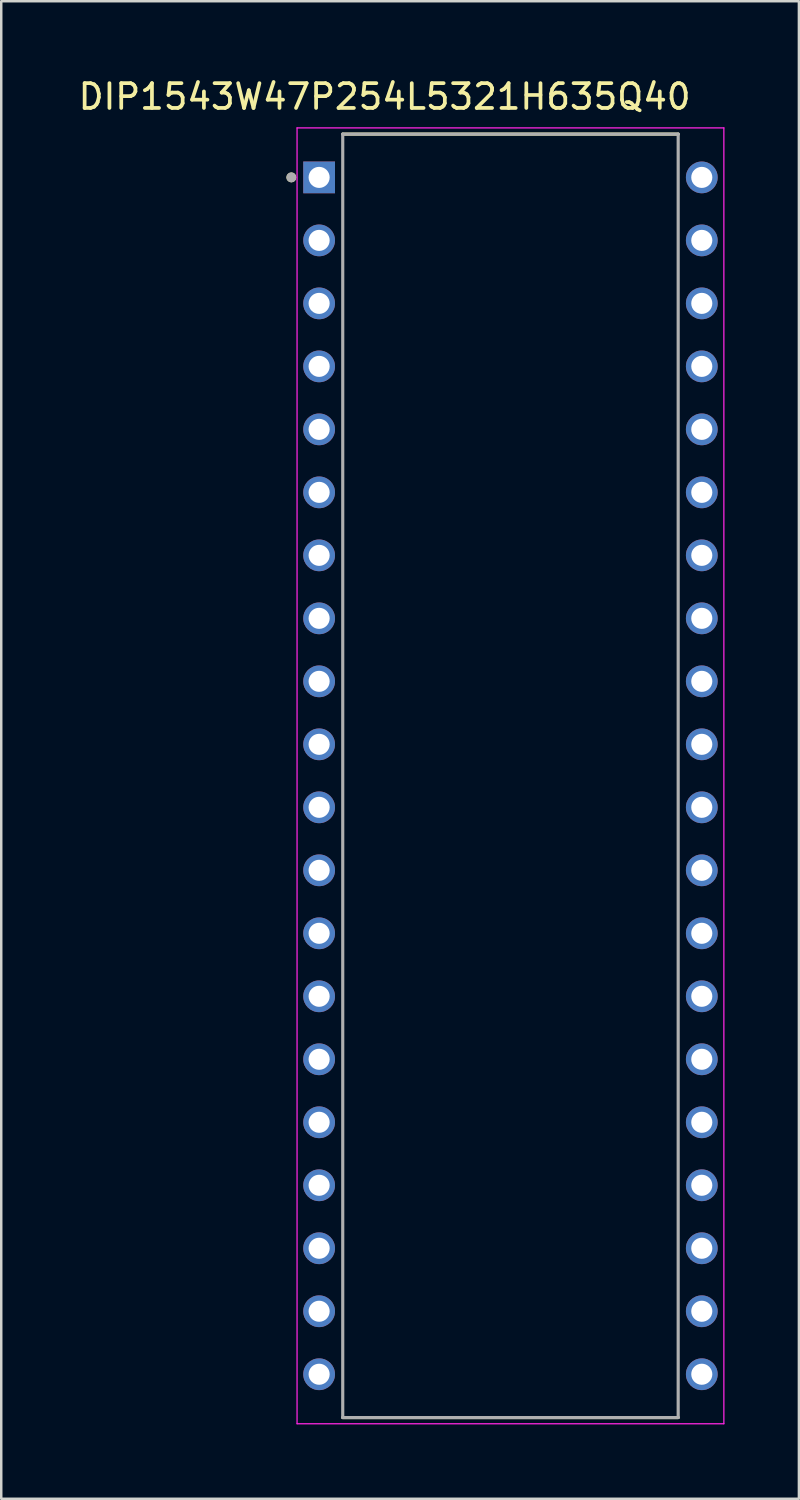
<source format=kicad_pcb>
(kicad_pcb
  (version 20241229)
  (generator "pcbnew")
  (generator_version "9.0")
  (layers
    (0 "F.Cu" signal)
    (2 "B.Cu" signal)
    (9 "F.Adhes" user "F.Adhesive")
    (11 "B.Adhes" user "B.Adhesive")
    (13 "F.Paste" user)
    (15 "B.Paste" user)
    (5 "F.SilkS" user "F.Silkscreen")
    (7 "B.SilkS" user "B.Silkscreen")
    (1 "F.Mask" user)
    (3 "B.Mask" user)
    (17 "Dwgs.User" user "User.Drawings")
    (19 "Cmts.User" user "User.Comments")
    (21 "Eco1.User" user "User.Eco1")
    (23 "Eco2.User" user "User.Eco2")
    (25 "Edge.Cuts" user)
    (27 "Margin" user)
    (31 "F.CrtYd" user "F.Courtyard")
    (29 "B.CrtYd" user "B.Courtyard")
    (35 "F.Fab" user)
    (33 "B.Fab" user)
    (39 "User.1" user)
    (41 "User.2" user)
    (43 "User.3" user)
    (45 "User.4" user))
  (footprint "DIP1543W47P254L5321H635Q40"
    (layer "F.Cu")
    (at 17.533 28.233)
    (property "Reference" "DIP1543W47P254L5321H635Q40" (at -5.075 -27.385 0) (layer "F.SilkS") (effects (font (size 1 1) (thickness 0.15))))
    (attr through_hole)
    (fp_line (start -6.763 -25.876) (end 6.763 -25.876) (stroke (width 0.127) (type solid)) (layer "F.SilkS"))
    (fp_line (start -6.763 25.876) (end 6.763 25.876) (stroke (width 0.127) (type solid)) (layer "F.SilkS"))
    (fp_circle (center -8.835 -24.13) (end -8.735 -24.13) (stroke (width 0.2) (type solid)) (fill no) (layer "F.SilkS"))
    (fp_line (start -8.605 -26.126) (end -8.605 26.126) (stroke (width 0.05) (type solid)) (layer "F.CrtYd"))
    (fp_line (start 8.605 -26.126) (end -8.605 -26.126) (stroke (width 0.05) (type solid)) (layer "F.CrtYd"))
    (fp_line (start 8.605 -26.126) (end 8.605 26.126) (stroke (width 0.05) (type solid)) (layer "F.CrtYd"))
    (fp_line (start 8.605 26.126) (end -8.605 26.126) (stroke (width 0.05) (type solid)) (layer "F.CrtYd"))
    (fp_line (start -6.763 -25.876) (end -6.763 25.876) (stroke (width 0.127) (type solid)) (layer "F.Fab"))
    (fp_line (start -6.763 -25.876) (end 6.763 -25.876) (stroke (width 0.127) (type solid)) (layer "F.Fab"))
    (fp_line (start -6.763 25.876) (end 6.763 25.876) (stroke (width 0.127) (type solid)) (layer "F.Fab"))
    (fp_line (start 6.763 -25.876) (end 6.763 25.876) (stroke (width 0.127) (type solid)) (layer "F.Fab"))
    (fp_circle (center -8.835 -24.13) (end -8.735 -24.13) (stroke (width 0.2) (type solid)) (fill no) (layer "F.Fab"))
    (pad "1" thru_hole rect (at -7.715 -24.13) (size 1.28 1.28) (drill 0.85) (layers "*.Cu" "*.Mask"))
    (pad "2" thru_hole circle (at -7.715 -21.59) (size 1.28 1.28) (drill 0.85) (layers "*.Cu" "*.Mask"))
    (pad "3" thru_hole circle (at -7.715 -19.05) (size 1.28 1.28) (drill 0.85) (layers "*.Cu" "*.Mask"))
    (pad "4" thru_hole circle (at -7.715 -16.51) (size 1.28 1.28) (drill 0.85) (layers "*.Cu" "*.Mask"))
    (pad "5" thru_hole circle (at -7.715 -13.97) (size 1.28 1.28) (drill 0.85) (layers "*.Cu" "*.Mask"))
    (pad "6" thru_hole circle (at -7.715 -11.43) (size 1.28 1.28) (drill 0.85) (layers "*.Cu" "*.Mask"))
    (pad "7" thru_hole circle (at -7.715 -8.89) (size 1.28 1.28) (drill 0.85) (layers "*.Cu" "*.Mask"))
    (pad "8" thru_hole circle (at -7.715 -6.35) (size 1.28 1.28) (drill 0.85) (layers "*.Cu" "*.Mask"))
    (pad "9" thru_hole circle (at -7.715 -3.81) (size 1.28 1.28) (drill 0.85) (layers "*.Cu" "*.Mask"))
    (pad "10" thru_hole circle (at -7.715 -1.27) (size 1.28 1.28) (drill 0.85) (layers "*.Cu" "*.Mask"))
    (pad "11" thru_hole circle (at -7.715 1.27) (size 1.28 1.28) (drill 0.85) (layers "*.Cu" "*.Mask"))
    (pad "12" thru_hole circle (at -7.715 3.81) (size 1.28 1.28) (drill 0.85) (layers "*.Cu" "*.Mask"))
    (pad "13" thru_hole circle (at -7.715 6.35) (size 1.28 1.28) (drill 0.85) (layers "*.Cu" "*.Mask"))
    (pad "14" thru_hole circle (at -7.715 8.89) (size 1.28 1.28) (drill 0.85) (layers "*.Cu" "*.Mask"))
    (pad "15" thru_hole circle (at -7.715 11.43) (size 1.28 1.28) (drill 0.85) (layers "*.Cu" "*.Mask"))
    (pad "16" thru_hole circle (at -7.715 13.97) (size 1.28 1.28) (drill 0.85) (layers "*.Cu" "*.Mask"))
    (pad "17" thru_hole circle (at -7.715 16.51) (size 1.28 1.28) (drill 0.85) (layers "*.Cu" "*.Mask"))
    (pad "18" thru_hole circle (at -7.715 19.05) (size 1.28 1.28) (drill 0.85) (layers "*.Cu" "*.Mask"))
    (pad "19" thru_hole circle (at -7.715 21.59) (size 1.28 1.28) (drill 0.85) (layers "*.Cu" "*.Mask"))
    (pad "20" thru_hole circle (at -7.715 24.13) (size 1.28 1.28) (drill 0.85) (layers "*.Cu" "*.Mask"))
    (pad "21" thru_hole circle (at 7.715 24.13) (size 1.28 1.28) (drill 0.85) (layers "*.Cu" "*.Mask"))
    (pad "22" thru_hole circle (at 7.715 21.59) (size 1.28 1.28) (drill 0.85) (layers "*.Cu" "*.Mask"))
    (pad "23" thru_hole circle (at 7.715 19.05) (size 1.28 1.28) (drill 0.85) (layers "*.Cu" "*.Mask"))
    (pad "24" thru_hole circle (at 7.715 16.51) (size 1.28 1.28) (drill 0.85) (layers "*.Cu" "*.Mask"))
    (pad "25" thru_hole circle (at 7.715 13.97) (size 1.28 1.28) (drill 0.85) (layers "*.Cu" "*.Mask"))
    (pad "26" thru_hole circle (at 7.715 11.43) (size 1.28 1.28) (drill 0.85) (layers "*.Cu" "*.Mask"))
    (pad "27" thru_hole circle (at 7.715 8.89) (size 1.28 1.28) (drill 0.85) (layers "*.Cu" "*.Mask"))
    (pad "28" thru_hole circle (at 7.715 6.35) (size 1.28 1.28) (drill 0.85) (layers "*.Cu" "*.Mask"))
    (pad "29" thru_hole circle (at 7.715 3.81) (size 1.28 1.28) (drill 0.85) (layers "*.Cu" "*.Mask"))
    (pad "30" thru_hole circle (at 7.715 1.27) (size 1.28 1.28) (drill 0.85) (layers "*.Cu" "*.Mask"))
    (pad "31" thru_hole circle (at 7.715 -1.27) (size 1.28 1.28) (drill 0.85) (layers "*.Cu" "*.Mask"))
    (pad "32" thru_hole circle (at 7.715 -3.81) (size 1.28 1.28) (drill 0.85) (layers "*.Cu" "*.Mask"))
    (pad "33" thru_hole circle (at 7.715 -6.35) (size 1.28 1.28) (drill 0.85) (layers "*.Cu" "*.Mask"))
    (pad "34" thru_hole circle (at 7.715 -8.89) (size 1.28 1.28) (drill 0.85) (layers "*.Cu" "*.Mask"))
    (pad "35" thru_hole circle (at 7.715 -11.43) (size 1.28 1.28) (drill 0.85) (layers "*.Cu" "*.Mask"))
    (pad "36" thru_hole circle (at 7.715 -13.97) (size 1.28 1.28) (drill 0.85) (layers "*.Cu" "*.Mask"))
    (pad "37" thru_hole circle (at 7.715 -16.51) (size 1.28 1.28) (drill 0.85) (layers "*.Cu" "*.Mask"))
    (pad "38" thru_hole circle (at 7.715 -19.05) (size 1.28 1.28) (drill 0.85) (layers "*.Cu" "*.Mask"))
    (pad "39" thru_hole circle (at 7.715 -21.59) (size 1.28 1.28) (drill 0.85) (layers "*.Cu" "*.Mask"))
    (pad "40" thru_hole circle (at 7.715 -24.13) (size 1.28 1.28) (drill 0.85) (layers "*.Cu" "*.Mask")))
  (gr_rect
    (start -3 -3)
    (end 29.164 57.384)
    (stroke (width 0.1) (type default))
    (fill no)
    (layer "Edge.Cuts")))
</source>
